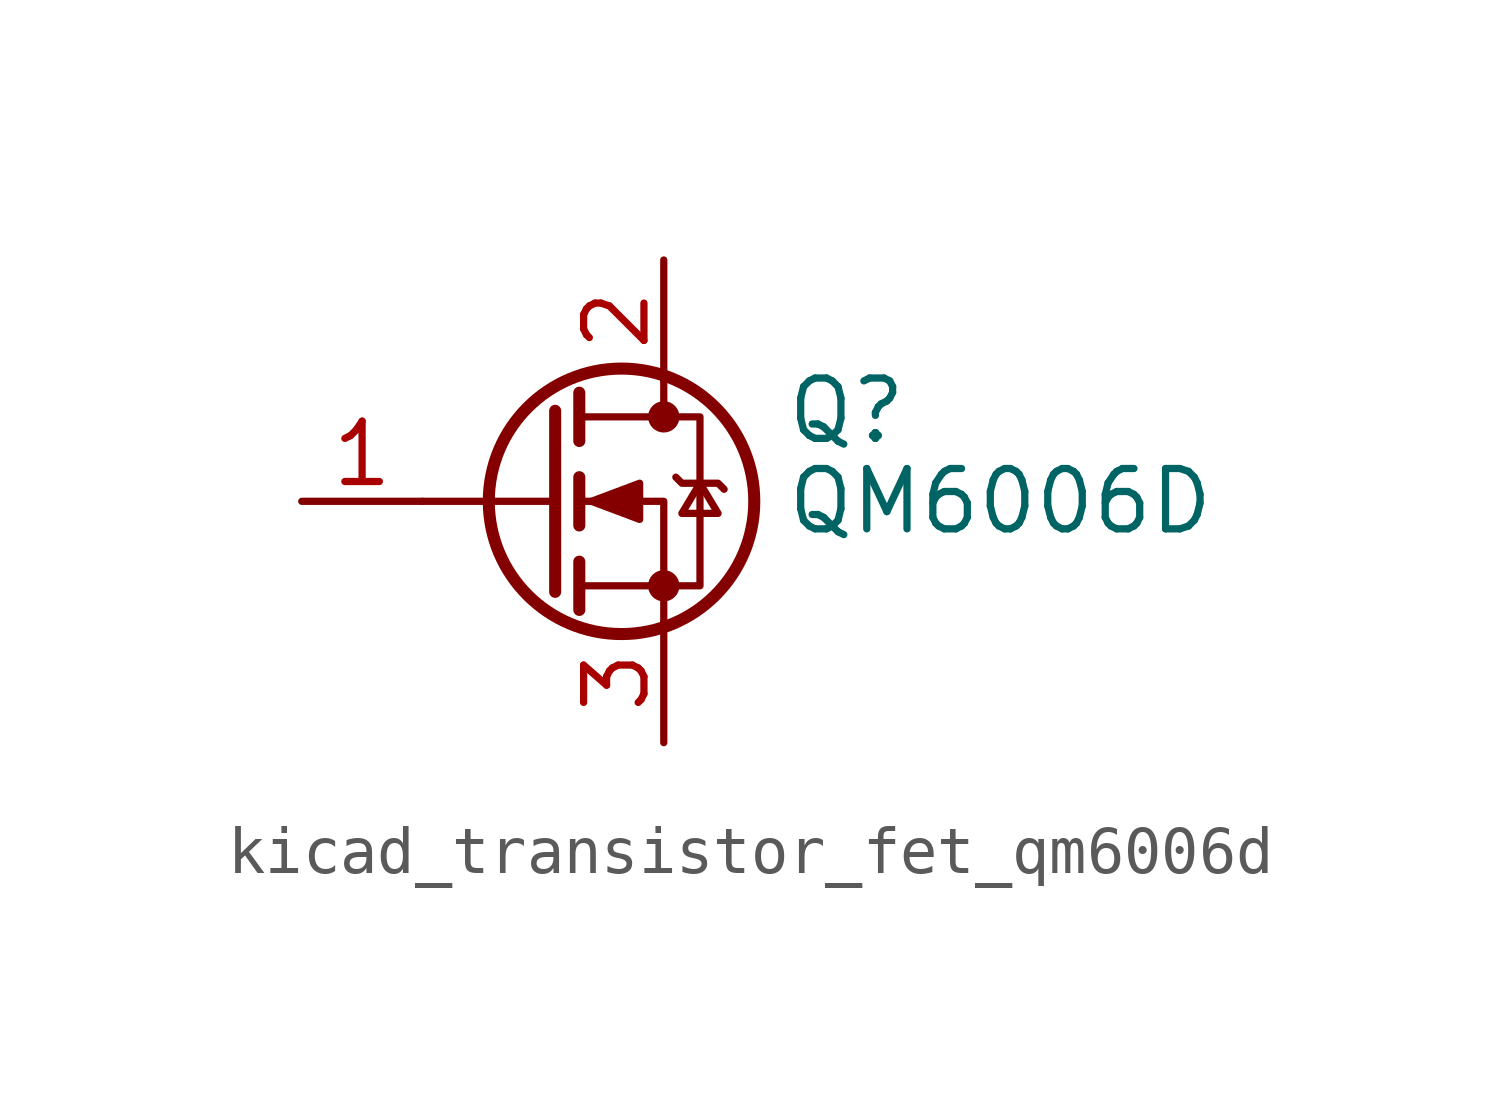
<source format=kicad_sym>
(kicad_symbol_lib
  (version 20220914)
  (generator kicad_symbol_editor)
  (symbol "kicad_transistor_fet_qm6006d"
    (pin_names hide)
    (property "Reference" "Q"
      (at 5.08 1.905 0)
      (effects (font (size 1.27 1.27)) (justify left)))
    (property "Value" "QM6006D"
      (at 5.08 0 0)
      (effects (font (size 1.27 1.27)) (justify left)))
    (symbol "kicad_transistor_fet_qm6006d_0_1"
      (polyline (pts (xy 0.254 0) (xy -2.54 0)) (stroke (width 0) (type default)) (fill (type none)))
      (polyline (pts (xy 0.254 1.905) (xy 0.254 -1.905)) (stroke (width 0.254) (type default)) (fill (type none)))
      (polyline (pts (xy 0.762 -1.27) (xy 0.762 -2.286)) (stroke (width 0.254) (type default)) (fill (type none)))
      (polyline (pts (xy 0.762 0.508) (xy 0.762 -0.508)) (stroke (width 0.254) (type default)) (fill (type none)))
      (polyline (pts (xy 0.762 2.286) (xy 0.762 1.27)) (stroke (width 0.254) (type default)) (fill (type none)))
      (polyline (pts (xy 2.54 2.54) (xy 2.54 1.778)) (stroke (width 0) (type default)) (fill (type none)))
      (polyline (pts (xy 2.54 -2.54) (xy 2.54 0) (xy 0.762 0)) (stroke (width 0) (type default)) (fill (type none)))
      (polyline (pts (xy 0.762 -1.778) (xy 3.302 -1.778) (xy 3.302 1.778) (xy 0.762 1.778)) (stroke (width 0) (type default)) (fill (type none)))
      (polyline (pts (xy 1.016 0) (xy 2.032 0.381) (xy 2.032 -0.381) (xy 1.016 0)) (stroke (width 0) (type default)) (fill (type outline)))
      (polyline (pts (xy 2.794 0.508) (xy 2.921 0.381) (xy 3.683 0.381) (xy 3.81 0.254)) (stroke (width 0) (type default)) (fill (type none)))
      (polyline (pts (xy 3.302 0.381) (xy 2.921 -0.254) (xy 3.683 -0.254) (xy 3.302 0.381)) (stroke (width 0) (type default)) (fill (type none)))
      (circle (center 1.651 0) (radius 2.794) (stroke (width 0.254) (type default)) (fill (type none)))
      (circle (center 2.54 -1.778) (radius 0.254) (stroke (width 0) (type default)) (fill (type outline)))
      (circle (center 2.54 1.778) (radius 0.254) (stroke (width 0) (type default)) (fill (type outline))))
    (symbol "kicad_transistor_fet_qm6006d_1_1"
      (pin input line (at -5.08 0 0) (length 2.54) (name "G" (effects (font (size 1.27 1.27)))) (number "1" (effects (font (size 1.27 1.27)))))
      (pin passive line (at 2.54 5.08 270) (length 2.54) (name "D" (effects (font (size 1.27 1.27)))) (number "2" (effects (font (size 1.27 1.27)))))
      (pin passive line (at 2.54 -5.08 90) (length 2.54) (name "S" (effects (font (size 1.27 1.27)))) (number "3" (effects (font (size 1.27 1.27))))))))
</source>
